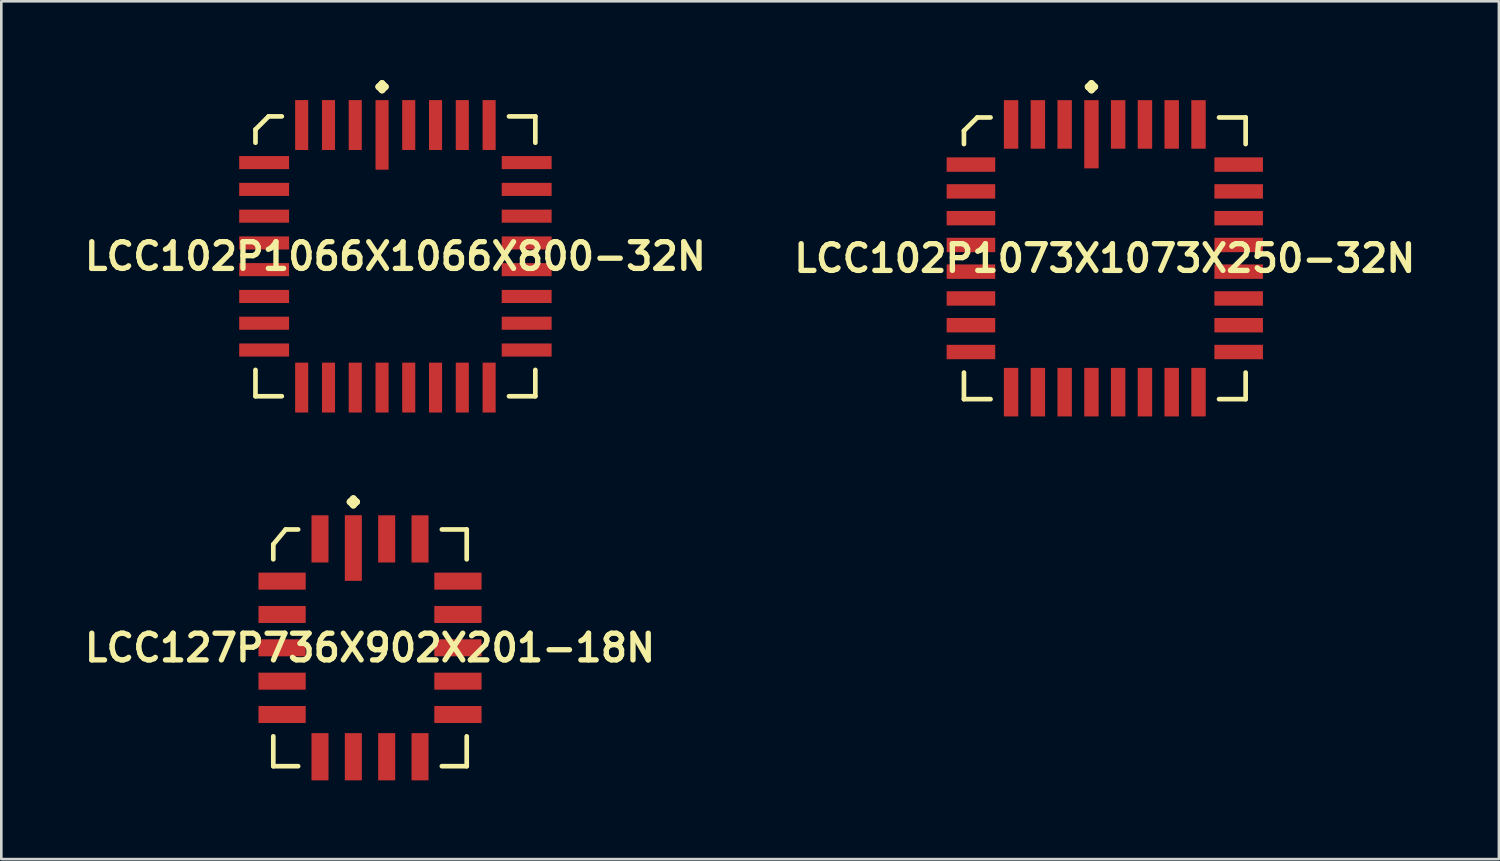
<source format=kicad_pcb>
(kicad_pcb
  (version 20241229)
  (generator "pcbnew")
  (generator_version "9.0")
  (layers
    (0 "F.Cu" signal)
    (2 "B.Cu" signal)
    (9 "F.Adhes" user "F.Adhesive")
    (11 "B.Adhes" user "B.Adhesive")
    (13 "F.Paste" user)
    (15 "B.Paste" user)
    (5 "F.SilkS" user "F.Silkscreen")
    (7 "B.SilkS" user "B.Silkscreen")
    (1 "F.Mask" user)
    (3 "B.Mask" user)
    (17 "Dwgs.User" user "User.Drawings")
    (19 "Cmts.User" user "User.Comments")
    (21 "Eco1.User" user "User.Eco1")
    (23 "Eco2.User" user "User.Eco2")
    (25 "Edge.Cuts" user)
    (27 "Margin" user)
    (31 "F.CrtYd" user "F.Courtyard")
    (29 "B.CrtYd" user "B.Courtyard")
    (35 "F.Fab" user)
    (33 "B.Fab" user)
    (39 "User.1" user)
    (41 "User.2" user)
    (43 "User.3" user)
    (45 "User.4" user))
  (footprint "LCC127P736X902X201-18N"
    (layer "F.Cu")
    (at 11.041 21.621)
    (property "Reference" "LCC127P736X902X201-18N" (at 0 0 0) (layer "F.SilkS") (effects (font (size 1.016 1.016) (thickness 0.203))))
    (attr smd)
    (fp_line (start -3.683 -3.94) (end -3.211 -4.508) (stroke (width 0.178) (type solid)) (layer "F.SilkS"))
    (fp_line (start -3.683 -3.371) (end -3.683 -3.94) (stroke (width 0.178) (type solid)) (layer "F.SilkS"))
    (fp_line (start -3.683 3.371) (end -3.683 4.508) (stroke (width 0.178) (type solid)) (layer "F.SilkS"))
    (fp_line (start -3.683 4.508) (end -2.736 4.508) (stroke (width 0.178) (type solid)) (layer "F.SilkS"))
    (fp_line (start -3.211 -4.508) (end -2.736 -4.508) (stroke (width 0.178) (type solid)) (layer "F.SilkS"))
    (fp_line (start -0.762 -5.558) (end -0.635 -5.685) (stroke (width 0.254) (type solid)) (layer "F.SilkS"))
    (fp_line (start -0.635 -5.685) (end -0.508 -5.558) (stroke (width 0.254) (type solid)) (layer "F.SilkS"))
    (fp_line (start -0.635 -5.431) (end -0.762 -5.558) (stroke (width 0.254) (type solid)) (layer "F.SilkS"))
    (fp_line (start -0.508 -5.558) (end -0.635 -5.431) (stroke (width 0.254) (type solid)) (layer "F.SilkS"))
    (fp_line (start 3.683 -4.508) (end 2.736 -4.508) (stroke (width 0.178) (type solid)) (layer "F.SilkS"))
    (fp_line (start 3.683 -3.371) (end 3.683 -4.508) (stroke (width 0.178) (type solid)) (layer "F.SilkS"))
    (fp_line (start 3.683 3.371) (end 3.683 4.508) (stroke (width 0.178) (type solid)) (layer "F.SilkS"))
    (fp_line (start 3.683 4.508) (end 2.736 4.508) (stroke (width 0.178) (type solid)) (layer "F.SilkS"))
    (pad "1" smd rect (at -0.635 -3.8) (size 0.648 2.499) (layers "F.Cu" "F.Mask" "F.Paste"))
    (pad "2" smd rect (at -1.905 -4.148) (size 0.648 1.798) (layers "F.Cu" "F.Mask" "F.Paste"))
    (pad "3" smd rect (at -3.348 -2.54) (size 1.798 0.648) (layers "F.Cu" "F.Mask" "F.Paste"))
    (pad "4" smd rect (at -3.348 -1.27) (size 1.798 0.648) (layers "F.Cu" "F.Mask" "F.Paste"))
    (pad "5" smd rect (at -3.348 0) (size 1.798 0.648) (layers "F.Cu" "F.Mask" "F.Paste"))
    (pad "6" smd rect (at -3.348 1.27) (size 1.798 0.648) (layers "F.Cu" "F.Mask" "F.Paste"))
    (pad "7" smd rect (at -3.348 2.54) (size 1.798 0.648) (layers "F.Cu" "F.Mask" "F.Paste"))
    (pad "8" smd rect (at -1.905 4.148) (size 0.648 1.798) (layers "F.Cu" "F.Mask" "F.Paste"))
    (pad "9" smd rect (at -0.635 4.148) (size 0.648 1.798) (layers "F.Cu" "F.Mask" "F.Paste"))
    (pad "10" smd rect (at 0.635 4.148) (size 0.648 1.798) (layers "F.Cu" "F.Mask" "F.Paste"))
    (pad "11" smd rect (at 1.905 4.148) (size 0.648 1.798) (layers "F.Cu" "F.Mask" "F.Paste"))
    (pad "12" smd rect (at 3.348 2.54) (size 1.798 0.648) (layers "F.Cu" "F.Mask" "F.Paste"))
    (pad "13" smd rect (at 3.348 1.27) (size 1.798 0.648) (layers "F.Cu" "F.Mask" "F.Paste"))
    (pad "14" smd rect (at 3.348 0) (size 1.798 0.648) (layers "F.Cu" "F.Mask" "F.Paste"))
    (pad "15" smd rect (at 3.348 -1.27) (size 1.798 0.648) (layers "F.Cu" "F.Mask" "F.Paste"))
    (pad "16" smd rect (at 3.348 -2.54) (size 1.798 0.648) (layers "F.Cu" "F.Mask" "F.Paste"))
    (pad "17" smd rect (at 1.905 -4.148) (size 0.648 1.798) (layers "F.Cu" "F.Mask" "F.Paste"))
    (pad "18" smd rect (at 0.635 -4.148) (size 0.648 1.798) (layers "F.Cu" "F.Mask" "F.Paste")))
  (footprint "LCC102P1073X1073X250-32N"
    (layer "F.Cu")
    (at 39.024 6.787)
    (property "Reference" "LCC102P1073X1073X250-32N" (at 0 0 0) (layer "F.SilkS") (effects (font (size 1.016 1.016) (thickness 0.203))))
    (attr smd)
    (fp_line (start -5.364 -4.856) (end -4.856 -5.364) (stroke (width 0.178) (type solid)) (layer "F.SilkS"))
    (fp_line (start -5.364 -4.351) (end -5.364 -4.856) (stroke (width 0.178) (type solid)) (layer "F.SilkS"))
    (fp_line (start -5.364 4.351) (end -5.364 5.364) (stroke (width 0.178) (type solid)) (layer "F.SilkS"))
    (fp_line (start -5.364 5.364) (end -4.351 5.364) (stroke (width 0.178) (type solid)) (layer "F.SilkS"))
    (fp_line (start -4.856 -5.364) (end -4.351 -5.364) (stroke (width 0.178) (type solid)) (layer "F.SilkS"))
    (fp_line (start -0.635 -6.533) (end -0.508 -6.66) (stroke (width 0.254) (type solid)) (layer "F.SilkS"))
    (fp_line (start -0.508 -6.66) (end -0.381 -6.533) (stroke (width 0.254) (type solid)) (layer "F.SilkS"))
    (fp_line (start -0.508 -6.406) (end -0.635 -6.533) (stroke (width 0.254) (type solid)) (layer "F.SilkS"))
    (fp_line (start -0.381 -6.533) (end -0.508 -6.406) (stroke (width 0.254) (type solid)) (layer "F.SilkS"))
    (fp_line (start 5.364 -5.364) (end 4.351 -5.364) (stroke (width 0.178) (type solid)) (layer "F.SilkS"))
    (fp_line (start 5.364 -4.351) (end 5.364 -5.364) (stroke (width 0.178) (type solid)) (layer "F.SilkS"))
    (fp_line (start 5.364 4.351) (end 5.364 5.364) (stroke (width 0.178) (type solid)) (layer "F.SilkS"))
    (fp_line (start 5.364 5.364) (end 4.351 5.364) (stroke (width 0.178) (type solid)) (layer "F.SilkS"))
    (pad "1" smd rect (at -0.508 -4.724) (size 0.549 2.598) (layers "F.Cu" "F.Mask" "F.Paste"))
    (pad "2" smd rect (at -1.529 -5.098) (size 0.549 1.849) (layers "F.Cu" "F.Mask" "F.Paste"))
    (pad "3" smd rect (at -2.548 -5.098) (size 0.549 1.849) (layers "F.Cu" "F.Mask" "F.Paste"))
    (pad "4" smd rect (at -3.569 -5.098) (size 0.549 1.849) (layers "F.Cu" "F.Mask" "F.Paste"))
    (pad "5" smd rect (at -5.098 -3.569) (size 1.849 0.549) (layers "F.Cu" "F.Mask" "F.Paste"))
    (pad "6" smd rect (at -5.098 -2.548) (size 1.849 0.549) (layers "F.Cu" "F.Mask" "F.Paste"))
    (pad "7" smd rect (at -5.098 -1.529) (size 1.849 0.549) (layers "F.Cu" "F.Mask" "F.Paste"))
    (pad "8" smd rect (at -5.098 -0.508) (size 1.849 0.549) (layers "F.Cu" "F.Mask" "F.Paste"))
    (pad "9" smd rect (at -5.098 0.508) (size 1.849 0.549) (layers "F.Cu" "F.Mask" "F.Paste"))
    (pad "10" smd rect (at -5.098 1.529) (size 1.849 0.549) (layers "F.Cu" "F.Mask" "F.Paste"))
    (pad "11" smd rect (at -5.098 2.548) (size 1.849 0.549) (layers "F.Cu" "F.Mask" "F.Paste"))
    (pad "12" smd rect (at -5.098 3.569) (size 1.849 0.549) (layers "F.Cu" "F.Mask" "F.Paste"))
    (pad "13" smd rect (at -3.569 5.098) (size 0.549 1.849) (layers "F.Cu" "F.Mask" "F.Paste"))
    (pad "14" smd rect (at -2.548 5.098) (size 0.549 1.849) (layers "F.Cu" "F.Mask" "F.Paste"))
    (pad "15" smd rect (at -1.529 5.098) (size 0.549 1.849) (layers "F.Cu" "F.Mask" "F.Paste"))
    (pad "16" smd rect (at -0.508 5.098) (size 0.549 1.849) (layers "F.Cu" "F.Mask" "F.Paste"))
    (pad "17" smd rect (at 0.508 5.098) (size 0.549 1.849) (layers "F.Cu" "F.Mask" "F.Paste"))
    (pad "18" smd rect (at 1.529 5.098) (size 0.549 1.849) (layers "F.Cu" "F.Mask" "F.Paste"))
    (pad "19" smd rect (at 2.548 5.098) (size 0.549 1.849) (layers "F.Cu" "F.Mask" "F.Paste"))
    (pad "20" smd rect (at 3.569 5.098) (size 0.549 1.849) (layers "F.Cu" "F.Mask" "F.Paste"))
    (pad "21" smd rect (at 5.098 3.569) (size 1.849 0.549) (layers "F.Cu" "F.Mask" "F.Paste"))
    (pad "22" smd rect (at 5.098 2.548) (size 1.849 0.549) (layers "F.Cu" "F.Mask" "F.Paste"))
    (pad "23" smd rect (at 5.098 1.529) (size 1.849 0.549) (layers "F.Cu" "F.Mask" "F.Paste"))
    (pad "24" smd rect (at 5.098 0.508) (size 1.849 0.549) (layers "F.Cu" "F.Mask" "F.Paste"))
    (pad "25" smd rect (at 5.098 -0.508) (size 1.849 0.549) (layers "F.Cu" "F.Mask" "F.Paste"))
    (pad "26" smd rect (at 5.098 -1.529) (size 1.849 0.549) (layers "F.Cu" "F.Mask" "F.Paste"))
    (pad "27" smd rect (at 5.098 -2.548) (size 1.849 0.549) (layers "F.Cu" "F.Mask" "F.Paste"))
    (pad "28" smd rect (at 5.098 -3.569) (size 1.849 0.549) (layers "F.Cu" "F.Mask" "F.Paste"))
    (pad "29" smd rect (at 3.569 -5.098) (size 0.549 1.849) (layers "F.Cu" "F.Mask" "F.Paste"))
    (pad "30" smd rect (at 2.548 -5.098) (size 0.549 1.849) (layers "F.Cu" "F.Mask" "F.Paste"))
    (pad "31" smd rect (at 1.529 -5.098) (size 0.549 1.849) (layers "F.Cu" "F.Mask" "F.Paste"))
    (pad "32" smd rect (at 0.508 -5.098) (size 0.549 1.849) (layers "F.Cu" "F.Mask" "F.Paste")))
  (footprint "LCC102P1066X1066X800-32N"
    (layer "F.Cu")
    (at 12.008 6.711)
    (property "Reference" "LCC102P1066X1066X800-32N" (at 0 0 0) (layer "F.SilkS") (effects (font (size 1.016 1.016) (thickness 0.203))))
    (attr smd)
    (fp_line (start -5.329 -4.829) (end -4.829 -5.329) (stroke (width 0.178) (type solid)) (layer "F.SilkS"))
    (fp_line (start -5.329 -4.326) (end -5.329 -4.829) (stroke (width 0.178) (type solid)) (layer "F.SilkS"))
    (fp_line (start -5.329 4.326) (end -5.329 5.329) (stroke (width 0.178) (type solid)) (layer "F.SilkS"))
    (fp_line (start -5.329 5.329) (end -4.326 5.329) (stroke (width 0.178) (type solid)) (layer "F.SilkS"))
    (fp_line (start -4.829 -5.329) (end -4.326 -5.329) (stroke (width 0.178) (type solid)) (layer "F.SilkS"))
    (fp_line (start -0.635 -6.457) (end -0.508 -6.584) (stroke (width 0.254) (type solid)) (layer "F.SilkS"))
    (fp_line (start -0.508 -6.584) (end -0.381 -6.457) (stroke (width 0.254) (type solid)) (layer "F.SilkS"))
    (fp_line (start -0.508 -6.33) (end -0.635 -6.457) (stroke (width 0.254) (type solid)) (layer "F.SilkS"))
    (fp_line (start -0.381 -6.457) (end -0.508 -6.33) (stroke (width 0.254) (type solid)) (layer "F.SilkS"))
    (fp_line (start 5.329 -5.329) (end 4.326 -5.329) (stroke (width 0.178) (type solid)) (layer "F.SilkS"))
    (fp_line (start 5.329 -4.326) (end 5.329 -5.329) (stroke (width 0.178) (type solid)) (layer "F.SilkS"))
    (fp_line (start 5.329 4.326) (end 5.329 5.329) (stroke (width 0.178) (type solid)) (layer "F.SilkS"))
    (fp_line (start 5.329 5.329) (end 4.326 5.329) (stroke (width 0.178) (type solid)) (layer "F.SilkS"))
    (pad "1" smd rect (at -0.508 -4.623) (size 0.498 2.649) (layers "F.Cu" "F.Mask" "F.Paste"))
    (pad "2" smd rect (at -1.529 -4.999) (size 0.498 1.9) (layers "F.Cu" "F.Mask" "F.Paste"))
    (pad "3" smd rect (at -2.548 -4.999) (size 0.498 1.9) (layers "F.Cu" "F.Mask" "F.Paste"))
    (pad "4" smd rect (at -3.569 -4.999) (size 0.498 1.9) (layers "F.Cu" "F.Mask" "F.Paste"))
    (pad "5" smd rect (at -4.999 -3.569) (size 1.9 0.498) (layers "F.Cu" "F.Mask" "F.Paste"))
    (pad "6" smd rect (at -4.999 -2.548) (size 1.9 0.498) (layers "F.Cu" "F.Mask" "F.Paste"))
    (pad "7" smd rect (at -4.999 -1.529) (size 1.9 0.498) (layers "F.Cu" "F.Mask" "F.Paste"))
    (pad "8" smd rect (at -4.999 -0.508) (size 1.9 0.498) (layers "F.Cu" "F.Mask" "F.Paste"))
    (pad "9" smd rect (at -4.999 0.508) (size 1.9 0.498) (layers "F.Cu" "F.Mask" "F.Paste"))
    (pad "10" smd rect (at -4.999 1.529) (size 1.9 0.498) (layers "F.Cu" "F.Mask" "F.Paste"))
    (pad "11" smd rect (at -4.999 2.548) (size 1.9 0.498) (layers "F.Cu" "F.Mask" "F.Paste"))
    (pad "12" smd rect (at -4.999 3.569) (size 1.9 0.498) (layers "F.Cu" "F.Mask" "F.Paste"))
    (pad "13" smd rect (at -3.569 4.999) (size 0.498 1.9) (layers "F.Cu" "F.Mask" "F.Paste"))
    (pad "14" smd rect (at -2.548 4.999) (size 0.498 1.9) (layers "F.Cu" "F.Mask" "F.Paste"))
    (pad "15" smd rect (at -1.529 4.999) (size 0.498 1.9) (layers "F.Cu" "F.Mask" "F.Paste"))
    (pad "16" smd rect (at -0.508 4.999) (size 0.498 1.9) (layers "F.Cu" "F.Mask" "F.Paste"))
    (pad "17" smd rect (at 0.508 4.999) (size 0.498 1.9) (layers "F.Cu" "F.Mask" "F.Paste"))
    (pad "18" smd rect (at 1.529 4.999) (size 0.498 1.9) (layers "F.Cu" "F.Mask" "F.Paste"))
    (pad "19" smd rect (at 2.548 4.999) (size 0.498 1.9) (layers "F.Cu" "F.Mask" "F.Paste"))
    (pad "20" smd rect (at 3.569 4.999) (size 0.498 1.9) (layers "F.Cu" "F.Mask" "F.Paste"))
    (pad "21" smd rect (at 4.999 3.569) (size 1.9 0.498) (layers "F.Cu" "F.Mask" "F.Paste"))
    (pad "22" smd rect (at 4.999 2.548) (size 1.9 0.498) (layers "F.Cu" "F.Mask" "F.Paste"))
    (pad "23" smd rect (at 4.999 1.529) (size 1.9 0.498) (layers "F.Cu" "F.Mask" "F.Paste"))
    (pad "24" smd rect (at 4.999 0.508) (size 1.9 0.498) (layers "F.Cu" "F.Mask" "F.Paste"))
    (pad "25" smd rect (at 4.999 -0.508) (size 1.9 0.498) (layers "F.Cu" "F.Mask" "F.Paste"))
    (pad "26" smd rect (at 4.999 -1.529) (size 1.9 0.498) (layers "F.Cu" "F.Mask" "F.Paste"))
    (pad "27" smd rect (at 4.999 -2.548) (size 1.9 0.498) (layers "F.Cu" "F.Mask" "F.Paste"))
    (pad "28" smd rect (at 4.999 -3.569) (size 1.9 0.498) (layers "F.Cu" "F.Mask" "F.Paste"))
    (pad "29" smd rect (at 3.569 -4.999) (size 0.498 1.9) (layers "F.Cu" "F.Mask" "F.Paste"))
    (pad "30" smd rect (at 2.548 -4.999) (size 0.498 1.9) (layers "F.Cu" "F.Mask" "F.Paste"))
    (pad "31" smd rect (at 1.529 -4.999) (size 0.498 1.9) (layers "F.Cu" "F.Mask" "F.Paste"))
    (pad "32" smd rect (at 0.508 -4.999) (size 0.498 1.9) (layers "F.Cu" "F.Mask" "F.Paste")))
  (gr_rect
    (start -3 -3)
    (end 54.033 29.668)
    (stroke (width 0.1) (type default))
    (fill no)
    (layer "Edge.Cuts")))
</source>
